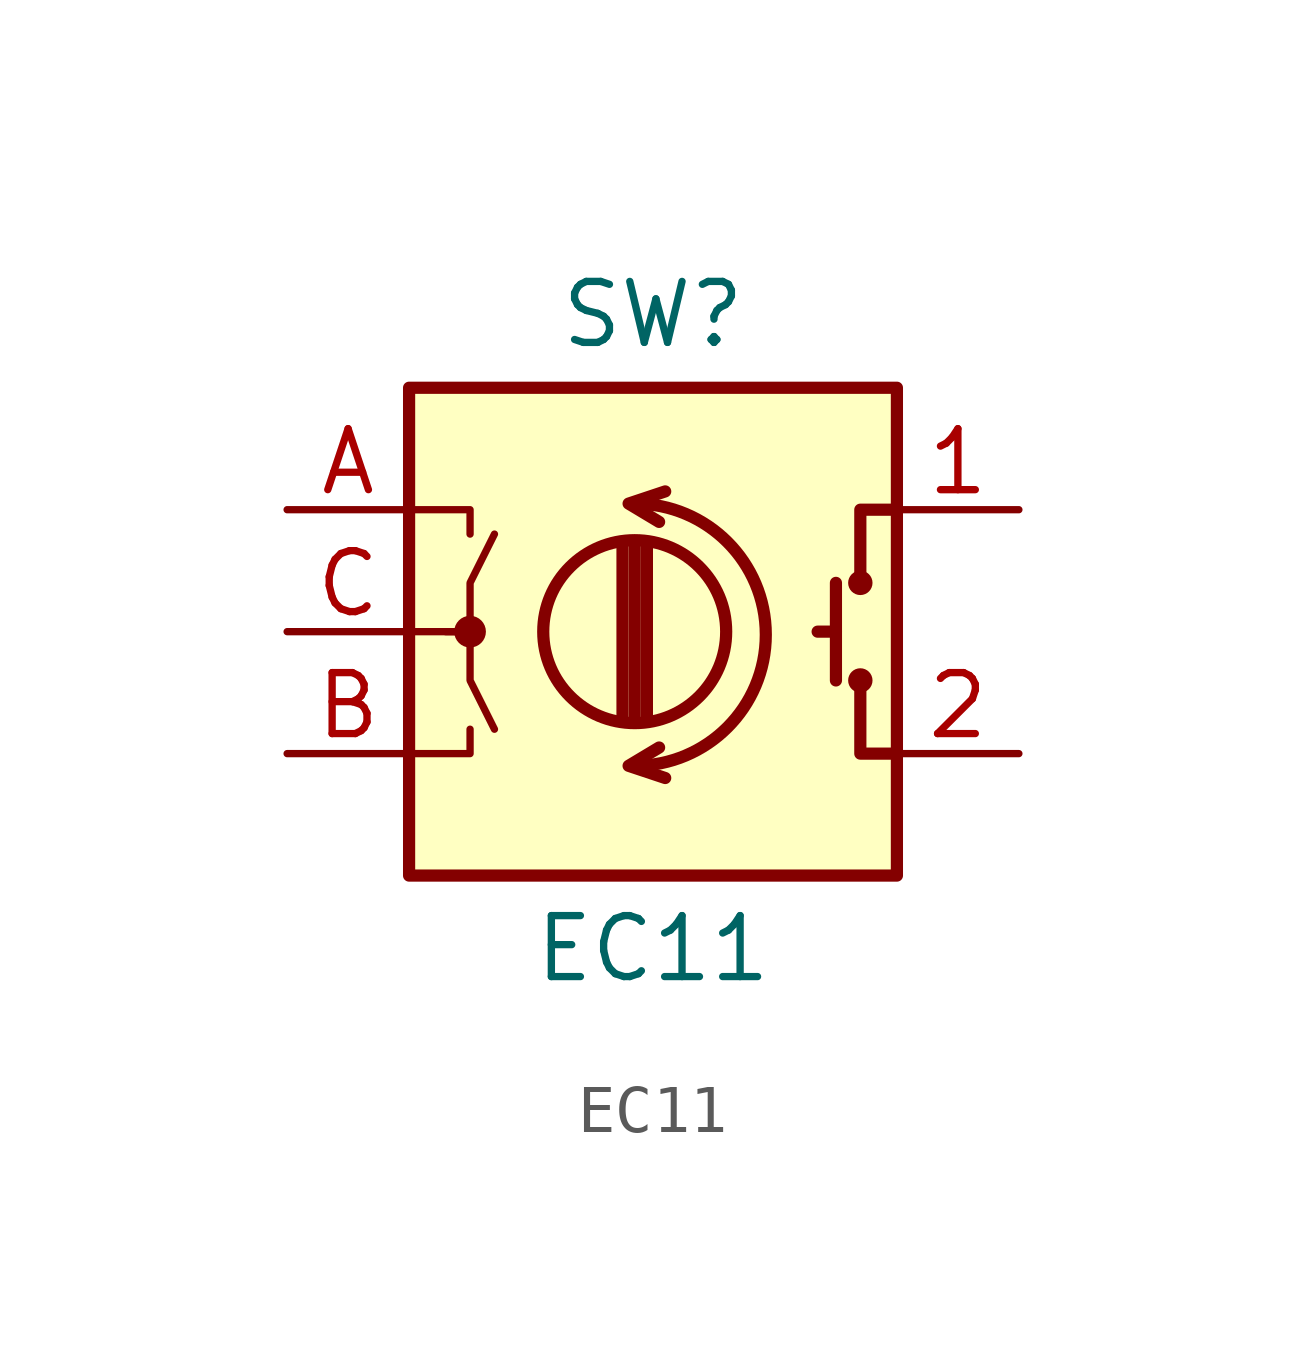
<source format=kicad_sym>
(kicad_symbol_lib
  (version 20211014)
  (generator kicad_symbol_editor)
  (symbol "EC11"
    (pin_names
      (offset 0.254) hide)
    (property "Reference" "SW"
      (at 0 6.604 0)
      (effects (font (size 1.27 1.27))))
    (property "Value" "EC11"
      (at 0 -6.604 0)
      (effects (font (size 1.27 1.27))))
    (symbol "EC11_0_1"
      (rectangle (start -5.08 5.08) (end 5.08 -5.08) (stroke (width 0.254) (type default) (color 0 0 0 0)) (fill (type background)))
      (circle (center -3.81 0) (radius 0.254) (stroke (width 0) (type default) (color 0 0 0 0)) (fill (type outline)))
      (arc (start -0.381 -2.794) (mid 2.3622 -0.0508) (end -0.381 2.667) (stroke (width 0.254) (type default) (color 0 0 0 0)) (fill (type none)))
      (circle (center -0.381 0) (radius 1.905) (stroke (width 0.254) (type default) (color 0 0 0 0)) (fill (type none)))
      (polyline (pts (xy -0.635 -1.778) (xy -0.635 1.778)) (stroke (width 0.254) (type default) (color 0 0 0 0)) (fill (type none)))
      (polyline (pts (xy -0.381 -1.778) (xy -0.381 1.778)) (stroke (width 0.254) (type default) (color 0 0 0 0)) (fill (type none)))
      (polyline (pts (xy -0.127 1.778) (xy -0.127 -1.778)) (stroke (width 0.254) (type default) (color 0 0 0 0)) (fill (type none)))
      (polyline (pts (xy 3.81 0) (xy 3.429 0)) (stroke (width 0.254) (type default) (color 0 0 0 0)) (fill (type none)))
      (polyline (pts (xy 3.81 1.016) (xy 3.81 -1.016)) (stroke (width 0.254) (type default) (color 0 0 0 0)) (fill (type none)))
      (polyline (pts (xy -5.08 -2.54) (xy -3.81 -2.54) (xy -3.81 -2.032)) (stroke (width 0) (type default) (color 0 0 0 0)) (fill (type none)))
      (polyline (pts (xy -5.08 2.54) (xy -3.81 2.54) (xy -3.81 2.032)) (stroke (width 0) (type default) (color 0 0 0 0)) (fill (type none)))
      (polyline (pts (xy 0.254 -3.048) (xy -0.508 -2.794) (xy 0.127 -2.413)) (stroke (width 0.254) (type default) (color 0 0 0 0)) (fill (type none)))
      (polyline (pts (xy 0.254 2.921) (xy -0.508 2.667) (xy 0.127 2.286)) (stroke (width 0.254) (type default) (color 0 0 0 0)) (fill (type none)))
      (polyline (pts (xy 5.08 -2.54) (xy 4.318 -2.54) (xy 4.318 -1.016)) (stroke (width 0.254) (type default) (color 0 0 0 0)) (fill (type none)))
      (polyline (pts (xy 5.08 2.54) (xy 4.318 2.54) (xy 4.318 1.016)) (stroke (width 0.254) (type default) (color 0 0 0 0)) (fill (type none)))
      (polyline (pts (xy -5.08 0) (xy -3.81 0) (xy -3.81 -1.016) (xy -3.302 -2.032)) (stroke (width 0) (type default) (color 0 0 0 0)) (fill (type none)))
      (polyline (pts (xy -4.318 0) (xy -3.81 0) (xy -3.81 1.016) (xy -3.302 2.032)) (stroke (width 0) (type default) (color 0 0 0 0)) (fill (type none)))
      (circle (center 4.318 -1.016) (radius 0.127) (stroke (width 0.254) (type default) (color 0 0 0 0)) (fill (type none)))
      (circle (center 4.318 1.016) (radius 0.127) (stroke (width 0.254) (type default) (color 0 0 0 0)) (fill (type none))))
    (symbol "EC11_1_1"
      (pin passive line (at 7.62 2.54 180) (length 2.54) (name "1" (effects (font (size 1.27 1.27)))) (number "1" (effects (font (size 1.27 1.27)))))
      (pin passive line (at 7.62 -2.54 180) (length 2.54) (name "2" (effects (font (size 1.27 1.27)))) (number "2" (effects (font (size 1.27 1.27)))))
      (pin passive line (at -7.62 2.54 0) (length 2.54) (name "A" (effects (font (size 1.27 1.27)))) (number "A" (effects (font (size 1.27 1.27)))))
      (pin passive line (at -7.62 -2.54 0) (length 2.54) (name "B" (effects (font (size 1.27 1.27)))) (number "B" (effects (font (size 1.27 1.27)))))
      (pin passive line (at -7.62 0 0) (length 2.54) (name "C" (effects (font (size 1.27 1.27)))) (number "C" (effects (font (size 1.27 1.27))))))))
</source>
